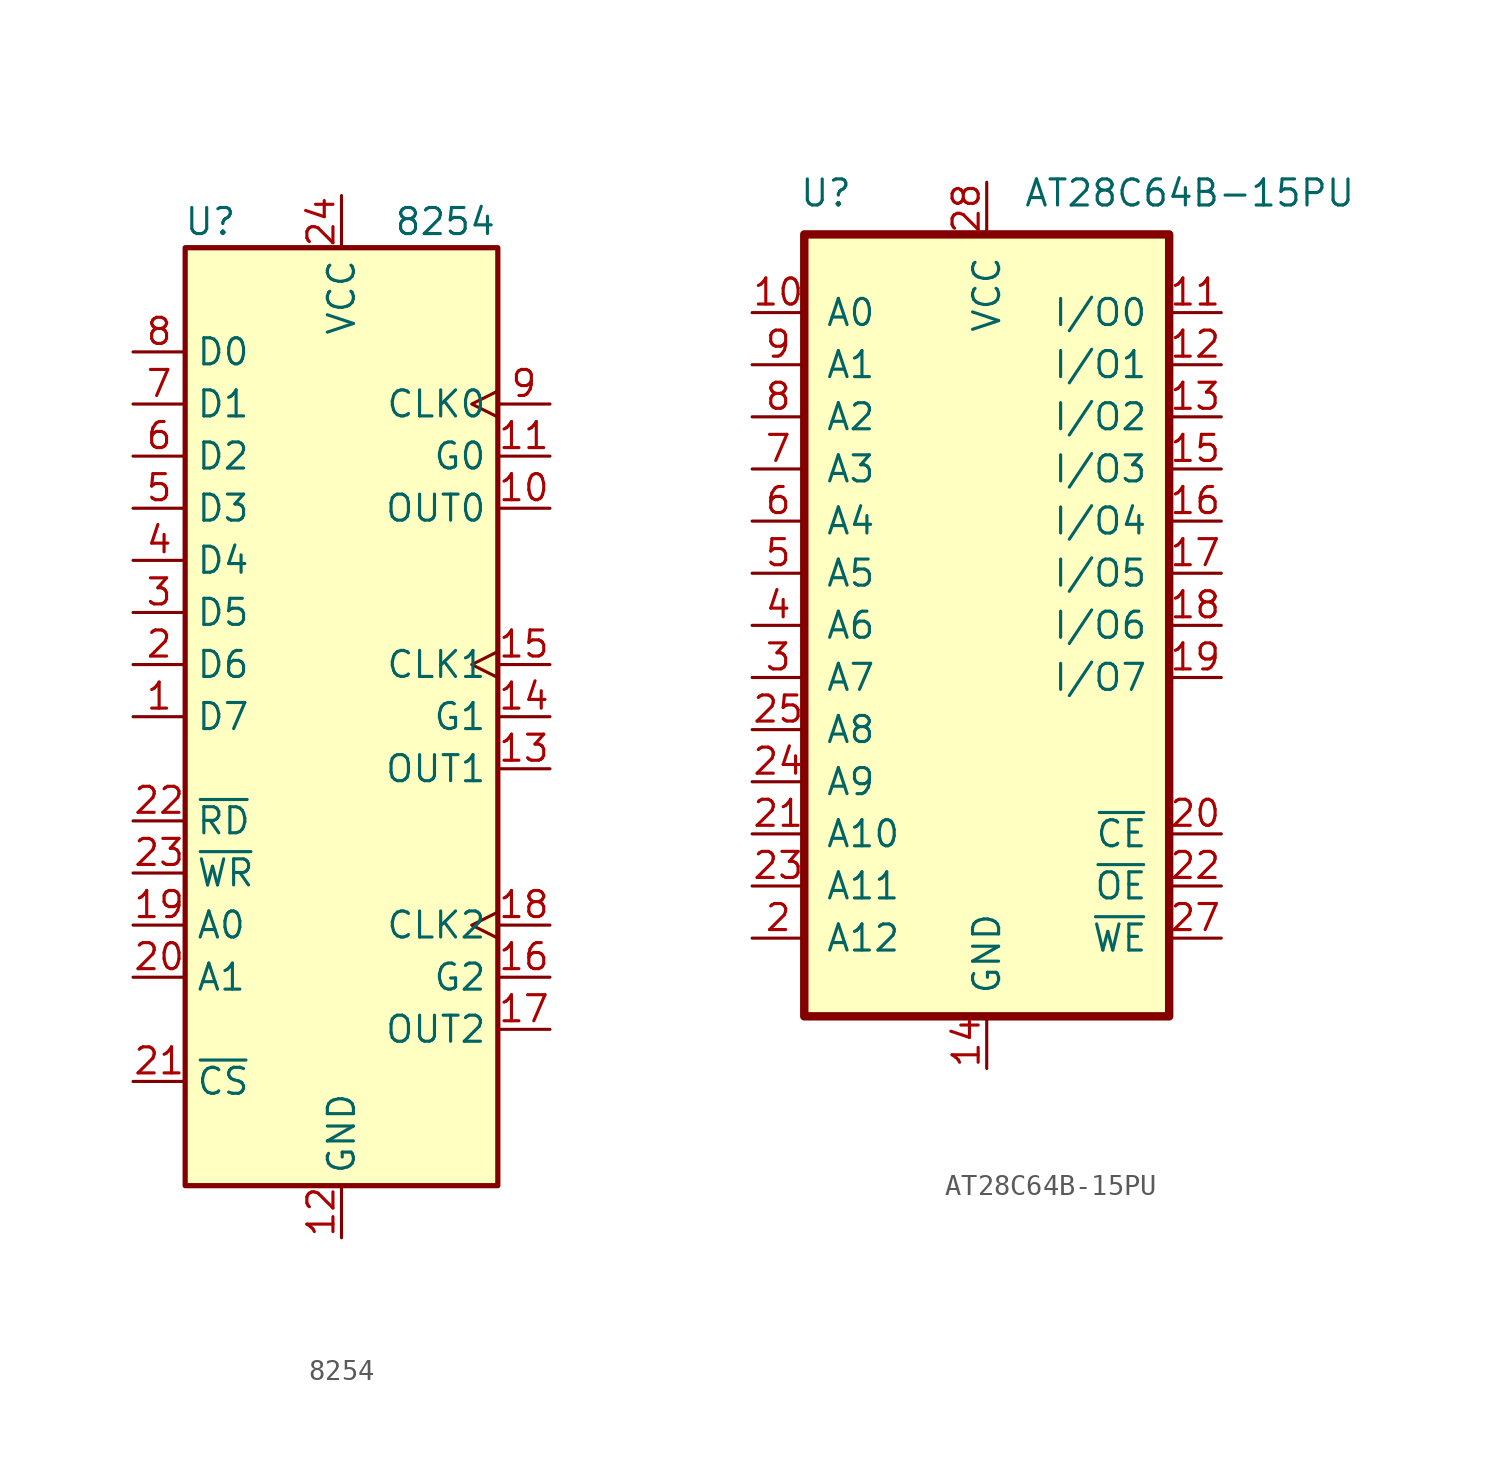
<source format=kicad_sym>
(kicad_symbol_lib
  (version 20231120)
  (generator "kicad_symbol_editor")
  (generator_version "8.0")
  (symbol "8254"
    (property "Reference" "U"
      (at -5.08 24.13 0)
      (effects (font (size 1.27 1.27)) (justify right)))
    (property "Value" "8254"
      (at 2.54 24.13 0)
      (effects (font (size 1.27 1.27)) (justify left)))
    (symbol "8254_0_1"
      (rectangle (start -7.62 -22.86) (end 7.62 22.86) (stroke (width 0.254) (type default)) (fill (type background))))
    (symbol "8254_1_1"
      (pin bidirectional line (at -10.16 0 0) (length 2.54) (name "D7" (effects (font (size 1.27 1.27)))) (number "1" (effects (font (size 1.27 1.27)))))
      (pin output line (at 10.16 10.16 180) (length 2.54) (name "OUT0" (effects (font (size 1.27 1.27)))) (number "10" (effects (font (size 1.27 1.27)))))
      (pin input line (at 10.16 12.7 180) (length 2.54) (name "G0" (effects (font (size 1.27 1.27)))) (number "11" (effects (font (size 1.27 1.27)))))
      (pin power_in line (at 0 -25.4 90) (length 2.54) (name "GND" (effects (font (size 1.27 1.27)))) (number "12" (effects (font (size 1.27 1.27)))))
      (pin output line (at 10.16 -2.54 180) (length 2.54) (name "OUT1" (effects (font (size 1.27 1.27)))) (number "13" (effects (font (size 1.27 1.27)))))
      (pin input line (at 10.16 0 180) (length 2.54) (name "G1" (effects (font (size 1.27 1.27)))) (number "14" (effects (font (size 1.27 1.27)))))
      (pin input clock (at 10.16 2.54 180) (length 2.54) (name "CLK1" (effects (font (size 1.27 1.27)))) (number "15" (effects (font (size 1.27 1.27)))))
      (pin input line (at 10.16 -12.7 180) (length 2.54) (name "G2" (effects (font (size 1.27 1.27)))) (number "16" (effects (font (size 1.27 1.27)))))
      (pin output line (at 10.16 -15.24 180) (length 2.54) (name "OUT2" (effects (font (size 1.27 1.27)))) (number "17" (effects (font (size 1.27 1.27)))))
      (pin input clock (at 10.16 -10.16 180) (length 2.54) (name "CLK2" (effects (font (size 1.27 1.27)))) (number "18" (effects (font (size 1.27 1.27)))))
      (pin input line (at -10.16 -10.16 0) (length 2.54) (name "A0" (effects (font (size 1.27 1.27)))) (number "19" (effects (font (size 1.27 1.27)))))
      (pin bidirectional line (at -10.16 2.54 0) (length 2.54) (name "D6" (effects (font (size 1.27 1.27)))) (number "2" (effects (font (size 1.27 1.27)))))
      (pin input line (at -10.16 -12.7 0) (length 2.54) (name "A1" (effects (font (size 1.27 1.27)))) (number "20" (effects (font (size 1.27 1.27)))))
      (pin input line (at -10.16 -17.78 0) (length 2.54) (name "~{CS}" (effects (font (size 1.27 1.27)))) (number "21" (effects (font (size 1.27 1.27)))))
      (pin input line (at -10.16 -5.08 0) (length 2.54) (name "~{RD}" (effects (font (size 1.27 1.27)))) (number "22" (effects (font (size 1.27 1.27)))))
      (pin input line (at -10.16 -7.62 0) (length 2.54) (name "~{WR}" (effects (font (size 1.27 1.27)))) (number "23" (effects (font (size 1.27 1.27)))))
      (pin power_in line (at 0 25.4 270) (length 2.54) (name "VCC" (effects (font (size 1.27 1.27)))) (number "24" (effects (font (size 1.27 1.27)))))
      (pin bidirectional line (at -10.16 5.08 0) (length 2.54) (name "D5" (effects (font (size 1.27 1.27)))) (number "3" (effects (font (size 1.27 1.27)))))
      (pin bidirectional line (at -10.16 7.62 0) (length 2.54) (name "D4" (effects (font (size 1.27 1.27)))) (number "4" (effects (font (size 1.27 1.27)))))
      (pin bidirectional line (at -10.16 10.16 0) (length 2.54) (name "D3" (effects (font (size 1.27 1.27)))) (number "5" (effects (font (size 1.27 1.27)))))
      (pin bidirectional line (at -10.16 12.7 0) (length 2.54) (name "D2" (effects (font (size 1.27 1.27)))) (number "6" (effects (font (size 1.27 1.27)))))
      (pin bidirectional line (at -10.16 15.24 0) (length 2.54) (name "D1" (effects (font (size 1.27 1.27)))) (number "7" (effects (font (size 1.27 1.27)))))
      (pin bidirectional line (at -10.16 17.78 0) (length 2.54) (name "D0" (effects (font (size 1.27 1.27)))) (number "8" (effects (font (size 1.27 1.27)))))
      (pin input clock (at 10.16 15.24 180) (length 2.54) (name "CLK0" (effects (font (size 1.27 1.27)))) (number "9" (effects (font (size 1.27 1.27)))))))
  (symbol "AT28C64B-15PU"
    (pin_names
      (offset 1.016))
    (property "Reference" "U"
      (at -9.144 20.32 0)
      (effects (font (size 1.27 1.27)) (justify left bottom)))
    (property "Value" "AT28C64B-15PU"
      (at 1.778 20.32 0)
      (effects (font (size 1.27 1.27)) (justify left bottom)))
    (symbol "AT28C64B-15PU_0_0"
      (rectangle (start -8.89 19.05) (end 8.89 -19.05) (stroke (width 0.41) (type default)) (fill (type background))))
    (symbol "AT28C64B-15PU_1_0"
      (pin no_connect line (at 11.43 -7.62 180) (length 2.54) hide (name "NC" (effects (font (size 1.27 1.27)))) (number "1" (effects (font (size 1.27 1.27)))))
      (pin input line (at -11.43 15.24 0) (length 2.54) (name "A0" (effects (font (size 1.27 1.27)))) (number "10" (effects (font (size 1.27 1.27)))))
      (pin bidirectional line (at 11.43 15.24 180) (length 2.54) (name "I/O0" (effects (font (size 1.27 1.27)))) (number "11" (effects (font (size 1.27 1.27)))))
      (pin bidirectional line (at 11.43 12.7 180) (length 2.54) (name "I/O1" (effects (font (size 1.27 1.27)))) (number "12" (effects (font (size 1.27 1.27)))))
      (pin bidirectional line (at 11.43 10.16 180) (length 2.54) (name "I/O2" (effects (font (size 1.27 1.27)))) (number "13" (effects (font (size 1.27 1.27)))))
      (pin power_in line (at 0 -21.59 90) (length 2.54) (name "GND" (effects (font (size 1.27 1.27)))) (number "14" (effects (font (size 1.27 1.27)))))
      (pin bidirectional line (at 11.43 7.62 180) (length 2.54) (name "I/O3" (effects (font (size 1.27 1.27)))) (number "15" (effects (font (size 1.27 1.27)))))
      (pin bidirectional line (at 11.43 5.08 180) (length 2.54) (name "I/O4" (effects (font (size 1.27 1.27)))) (number "16" (effects (font (size 1.27 1.27)))))
      (pin bidirectional line (at 11.43 2.54 180) (length 2.54) (name "I/O5" (effects (font (size 1.27 1.27)))) (number "17" (effects (font (size 1.27 1.27)))))
      (pin bidirectional line (at 11.43 0 180) (length 2.54) (name "I/O6" (effects (font (size 1.27 1.27)))) (number "18" (effects (font (size 1.27 1.27)))))
      (pin bidirectional line (at 11.43 -2.54 180) (length 2.54) (name "I/O7" (effects (font (size 1.27 1.27)))) (number "19" (effects (font (size 1.27 1.27)))))
      (pin input line (at -11.43 -15.24 0) (length 2.54) (name "A12" (effects (font (size 1.27 1.27)))) (number "2" (effects (font (size 1.27 1.27)))))
      (pin input line (at 11.43 -10.16 180) (length 2.54) (name "~{CE}" (effects (font (size 1.27 1.27)))) (number "20" (effects (font (size 1.27 1.27)))))
      (pin input line (at -11.43 -10.16 0) (length 2.54) (name "A10" (effects (font (size 1.27 1.27)))) (number "21" (effects (font (size 1.27 1.27)))))
      (pin input line (at 11.43 -12.7 180) (length 2.54) (name "~{OE}" (effects (font (size 1.27 1.27)))) (number "22" (effects (font (size 1.27 1.27)))))
      (pin input line (at -11.43 -12.7 0) (length 2.54) (name "A11" (effects (font (size 1.27 1.27)))) (number "23" (effects (font (size 1.27 1.27)))))
      (pin input line (at -11.43 -7.62 0) (length 2.54) (name "A9" (effects (font (size 1.27 1.27)))) (number "24" (effects (font (size 1.27 1.27)))))
      (pin input line (at -11.43 -5.08 0) (length 2.54) (name "A8" (effects (font (size 1.27 1.27)))) (number "25" (effects (font (size 1.27 1.27)))))
      (pin no_connect line (at 11.43 -5.08 180) (length 2.54) hide (name "NC" (effects (font (size 1.27 1.27)))) (number "26" (effects (font (size 1.27 1.27)))))
      (pin input line (at 11.43 -15.24 180) (length 2.54) (name "~{WE}" (effects (font (size 1.27 1.27)))) (number "27" (effects (font (size 1.27 1.27)))))
      (pin power_in line (at 0 21.59 270) (length 2.54) (name "VCC" (effects (font (size 1.27 1.27)))) (number "28" (effects (font (size 1.27 1.27)))))
      (pin input line (at -11.43 -2.54 0) (length 2.54) (name "A7" (effects (font (size 1.27 1.27)))) (number "3" (effects (font (size 1.27 1.27)))))
      (pin input line (at -11.43 0 0) (length 2.54) (name "A6" (effects (font (size 1.27 1.27)))) (number "4" (effects (font (size 1.27 1.27)))))
      (pin input line (at -11.43 2.54 0) (length 2.54) (name "A5" (effects (font (size 1.27 1.27)))) (number "5" (effects (font (size 1.27 1.27)))))
      (pin input line (at -11.43 5.08 0) (length 2.54) (name "A4" (effects (font (size 1.27 1.27)))) (number "6" (effects (font (size 1.27 1.27)))))
      (pin input line (at -11.43 7.62 0) (length 2.54) (name "A3" (effects (font (size 1.27 1.27)))) (number "7" (effects (font (size 1.27 1.27)))))
      (pin input line (at -11.43 10.16 0) (length 2.54) (name "A2" (effects (font (size 1.27 1.27)))) (number "8" (effects (font (size 1.27 1.27)))))
      (pin input line (at -11.43 12.7 0) (length 2.54) (name "A1" (effects (font (size 1.27 1.27)))) (number "9" (effects (font (size 1.27 1.27))))))))
</source>
